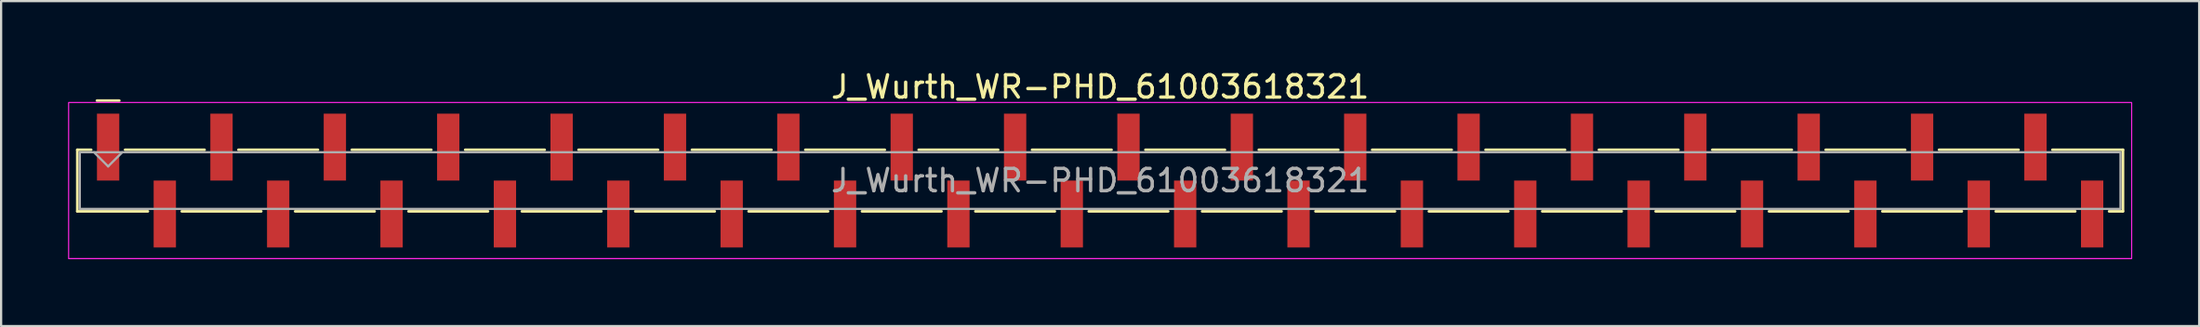
<source format=kicad_pcb>
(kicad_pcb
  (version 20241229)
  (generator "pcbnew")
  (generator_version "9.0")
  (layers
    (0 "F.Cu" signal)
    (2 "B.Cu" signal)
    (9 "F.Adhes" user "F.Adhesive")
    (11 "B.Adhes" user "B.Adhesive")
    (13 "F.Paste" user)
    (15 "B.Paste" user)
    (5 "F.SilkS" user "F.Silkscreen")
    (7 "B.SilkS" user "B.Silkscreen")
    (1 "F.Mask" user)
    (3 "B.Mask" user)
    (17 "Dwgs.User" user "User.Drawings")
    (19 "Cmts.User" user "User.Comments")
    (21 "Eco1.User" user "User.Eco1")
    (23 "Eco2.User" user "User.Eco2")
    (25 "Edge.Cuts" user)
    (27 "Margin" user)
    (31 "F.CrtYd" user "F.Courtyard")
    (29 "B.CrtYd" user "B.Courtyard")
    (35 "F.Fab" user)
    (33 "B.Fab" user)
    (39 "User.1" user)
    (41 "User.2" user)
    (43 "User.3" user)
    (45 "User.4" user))
  (footprint "J_Wurth_WR-PHD_61003618321"
    (layer "F.Cu")
    (at 46.245 5.048)
    (property "Reference" "J_Wurth_WR-PHD_61003618321" (at 0 -4.2 0) (unlocked yes) (layer "F.SilkS") (effects (font (size 1 1) (thickness 0.15))))
    (attr smd)
    (fp_line (start -45.83 -1.38) (end -45.83 1.38) (stroke (width 0.12) (type solid)) (layer "F.SilkS"))
    (fp_line (start -45.83 -1.38) (end -45.21 -1.38) (stroke (width 0.12) (type solid)) (layer "F.SilkS"))
    (fp_line (start -45.83 1.38) (end -42.67 1.38) (stroke (width 0.12) (type solid)) (layer "F.SilkS"))
    (fp_line (start -44.95 -3.585) (end -43.95 -3.585) (stroke (width 0.12) (type solid)) (layer "F.SilkS"))
    (fp_line (start -43.69 -1.38) (end -40.13 -1.38) (stroke (width 0.12) (type solid)) (layer "F.SilkS"))
    (fp_line (start -38.61 -1.38) (end -35.05 -1.38) (stroke (width 0.12) (type solid)) (layer "F.SilkS"))
    (fp_line (start -37.59 1.38) (end -41.15 1.38) (stroke (width 0.12) (type solid)) (layer "F.SilkS"))
    (fp_line (start -36.07 1.38) (end -32.51 1.38) (stroke (width 0.12) (type solid)) (layer "F.SilkS"))
    (fp_line (start -33.53 -1.38) (end -29.97 -1.38) (stroke (width 0.12) (type solid)) (layer "F.SilkS"))
    (fp_line (start -30.99 1.38) (end -27.43 1.38) (stroke (width 0.12) (type solid)) (layer "F.SilkS"))
    (fp_line (start -28.45 -1.38) (end -24.89 -1.38) (stroke (width 0.12) (type solid)) (layer "F.SilkS"))
    (fp_line (start -25.91 1.38) (end -22.35 1.38) (stroke (width 0.12) (type solid)) (layer "F.SilkS"))
    (fp_line (start -23.37 -1.38) (end -19.81 -1.38) (stroke (width 0.12) (type solid)) (layer "F.SilkS"))
    (fp_line (start -20.83 1.38) (end -17.27 1.38) (stroke (width 0.12) (type solid)) (layer "F.SilkS"))
    (fp_line (start -18.29 -1.38) (end -14.73 -1.38) (stroke (width 0.12) (type solid)) (layer "F.SilkS"))
    (fp_line (start -15.75 1.38) (end -12.19 1.38) (stroke (width 0.12) (type solid)) (layer "F.SilkS"))
    (fp_line (start -13.21 -1.38) (end -9.65 -1.38) (stroke (width 0.12) (type solid)) (layer "F.SilkS"))
    (fp_line (start -10.67 1.38) (end -7.11 1.38) (stroke (width 0.12) (type solid)) (layer "F.SilkS"))
    (fp_line (start -8.13 -1.38) (end -4.57 -1.38) (stroke (width 0.12) (type solid)) (layer "F.SilkS"))
    (fp_line (start -5.59 1.38) (end -2.03 1.38) (stroke (width 0.12) (type solid)) (layer "F.SilkS"))
    (fp_line (start -3.05 -1.38) (end 0.51 -1.38) (stroke (width 0.12) (type solid)) (layer "F.SilkS"))
    (fp_line (start -0.51 1.38) (end 3.05 1.38) (stroke (width 0.12) (type solid)) (layer "F.SilkS"))
    (fp_line (start 2.03 -1.38) (end 5.59 -1.38) (stroke (width 0.12) (type solid)) (layer "F.SilkS"))
    (fp_line (start 4.57 1.38) (end 8.13 1.38) (stroke (width 0.12) (type solid)) (layer "F.SilkS"))
    (fp_line (start 7.11 -1.38) (end 10.67 -1.38) (stroke (width 0.12) (type solid)) (layer "F.SilkS"))
    (fp_line (start 9.65 1.38) (end 13.21 1.38) (stroke (width 0.12) (type solid)) (layer "F.SilkS"))
    (fp_line (start 12.19 -1.38) (end 15.75 -1.38) (stroke (width 0.12) (type solid)) (layer "F.SilkS"))
    (fp_line (start 14.73 1.38) (end 18.29 1.38) (stroke (width 0.12) (type solid)) (layer "F.SilkS"))
    (fp_line (start 17.27 -1.38) (end 20.83 -1.38) (stroke (width 0.12) (type solid)) (layer "F.SilkS"))
    (fp_line (start 19.81 1.38) (end 23.37 1.38) (stroke (width 0.12) (type solid)) (layer "F.SilkS"))
    (fp_line (start 22.35 -1.38) (end 25.91 -1.38) (stroke (width 0.12) (type solid)) (layer "F.SilkS"))
    (fp_line (start 24.89 1.38) (end 28.45 1.38) (stroke (width 0.12) (type solid)) (layer "F.SilkS"))
    (fp_line (start 27.43 -1.38) (end 30.99 -1.38) (stroke (width 0.12) (type solid)) (layer "F.SilkS"))
    (fp_line (start 29.97 1.38) (end 33.53 1.38) (stroke (width 0.12) (type solid)) (layer "F.SilkS"))
    (fp_line (start 32.51 -1.38) (end 36.07 -1.38) (stroke (width 0.12) (type solid)) (layer "F.SilkS"))
    (fp_line (start 35.05 1.38) (end 38.61 1.38) (stroke (width 0.12) (type solid)) (layer "F.SilkS"))
    (fp_line (start 37.59 -1.38) (end 41.15 -1.38) (stroke (width 0.12) (type solid)) (layer "F.SilkS"))
    (fp_line (start 40.13 1.38) (end 43.69 1.38) (stroke (width 0.12) (type solid)) (layer "F.SilkS"))
    (fp_line (start 45.83 -1.38) (end 42.67 -1.38) (stroke (width 0.12) (type solid)) (layer "F.SilkS"))
    (fp_line (start 45.83 -1.38) (end 45.83 1.38) (stroke (width 0.12) (type solid)) (layer "F.SilkS"))
    (fp_line (start 45.83 1.38) (end 45.21 1.38) (stroke (width 0.12) (type solid)) (layer "F.SilkS"))
    (fp_rect (start -46.22 -3.5) (end 46.22 3.5) (stroke (width 0.05) (type solid)) (fill no) (layer "F.CrtYd"))
    (fp_line (start -45.085 -1.27) (end -44.45 -0.635) (stroke (width 0.1) (type default)) (layer "F.Fab"))
    (fp_line (start -44.45 -0.635) (end -43.815 -1.27) (stroke (width 0.1) (type default)) (layer "F.Fab"))
    (fp_rect (start -45.72 -1.27) (end 45.72 1.27) (stroke (width 0.1) (type solid)) (fill no) (layer "F.Fab"))
    (fp_text user "${REFERENCE}" (at 0 0 0) (unlocked yes) (layer "F.Fab") (effects (font (size 1 1) (thickness 0.15))))
    (pad "1" smd rect (at -44.45 -1.5) (size 1 3) (layers "F.Cu" "F.Mask" "F.Paste"))
    (pad "2" smd rect (at -41.91 1.5) (size 1 3) (layers "F.Cu" "F.Mask" "F.Paste"))
    (pad "3" smd rect (at -39.37 -1.5) (size 1 3) (layers "F.Cu" "F.Mask" "F.Paste"))
    (pad "4" smd rect (at -36.83 1.5) (size 1 3) (layers "F.Cu" "F.Mask" "F.Paste"))
    (pad "5" smd rect (at -34.29 -1.5) (size 1 3) (layers "F.Cu" "F.Mask" "F.Paste"))
    (pad "6" smd rect (at -31.75 1.5) (size 1 3) (layers "F.Cu" "F.Mask" "F.Paste"))
    (pad "7" smd rect (at -29.21 -1.5) (size 1 3) (layers "F.Cu" "F.Mask" "F.Paste"))
    (pad "8" smd rect (at -26.67 1.5) (size 1 3) (layers "F.Cu" "F.Mask" "F.Paste"))
    (pad "9" smd rect (at -24.13 -1.5) (size 1 3) (layers "F.Cu" "F.Mask" "F.Paste"))
    (pad "10" smd rect (at -21.59 1.5) (size 1 3) (layers "F.Cu" "F.Mask" "F.Paste"))
    (pad "11" smd rect (at -19.05 -1.5) (size 1 3) (layers "F.Cu" "F.Mask" "F.Paste"))
    (pad "12" smd rect (at -16.51 1.5) (size 1 3) (layers "F.Cu" "F.Mask" "F.Paste"))
    (pad "13" smd rect (at -13.97 -1.5) (size 1 3) (layers "F.Cu" "F.Mask" "F.Paste"))
    (pad "14" smd rect (at -11.43 1.5) (size 1 3) (layers "F.Cu" "F.Mask" "F.Paste"))
    (pad "15" smd rect (at -8.89 -1.5) (size 1 3) (layers "F.Cu" "F.Mask" "F.Paste"))
    (pad "16" smd rect (at -6.35 1.5) (size 1 3) (layers "F.Cu" "F.Mask" "F.Paste"))
    (pad "17" smd rect (at -3.81 -1.5) (size 1 3) (layers "F.Cu" "F.Mask" "F.Paste"))
    (pad "18" smd rect (at -1.27 1.5) (size 1 3) (layers "F.Cu" "F.Mask" "F.Paste"))
    (pad "19" smd rect (at 1.27 -1.5) (size 1 3) (layers "F.Cu" "F.Mask" "F.Paste"))
    (pad "20" smd rect (at 3.81 1.5) (size 1 3) (layers "F.Cu" "F.Mask" "F.Paste"))
    (pad "21" smd rect (at 6.35 -1.5) (size 1 3) (layers "F.Cu" "F.Mask" "F.Paste"))
    (pad "22" smd rect (at 8.89 1.5) (size 1 3) (layers "F.Cu" "F.Mask" "F.Paste"))
    (pad "23" smd rect (at 11.43 -1.5) (size 1 3) (layers "F.Cu" "F.Mask" "F.Paste"))
    (pad "24" smd rect (at 13.97 1.5) (size 1 3) (layers "F.Cu" "F.Mask" "F.Paste"))
    (pad "25" smd rect (at 16.51 -1.5) (size 1 3) (layers "F.Cu" "F.Mask" "F.Paste"))
    (pad "26" smd rect (at 19.05 1.5) (size 1 3) (layers "F.Cu" "F.Mask" "F.Paste"))
    (pad "27" smd rect (at 21.59 -1.5) (size 1 3) (layers "F.Cu" "F.Mask" "F.Paste"))
    (pad "28" smd rect (at 24.13 1.5) (size 1 3) (layers "F.Cu" "F.Mask" "F.Paste"))
    (pad "29" smd rect (at 26.67 -1.5) (size 1 3) (layers "F.Cu" "F.Mask" "F.Paste"))
    (pad "30" smd rect (at 29.21 1.5) (size 1 3) (layers "F.Cu" "F.Mask" "F.Paste"))
    (pad "31" smd rect (at 31.75 -1.5) (size 1 3) (layers "F.Cu" "F.Mask" "F.Paste"))
    (pad "32" smd rect (at 34.29 1.5) (size 1 3) (layers "F.Cu" "F.Mask" "F.Paste"))
    (pad "33" smd rect (at 36.83 -1.5) (size 1 3) (layers "F.Cu" "F.Mask" "F.Paste"))
    (pad "34" smd rect (at 39.37 1.5) (size 1 3) (layers "F.Cu" "F.Mask" "F.Paste"))
    (pad "35" smd rect (at 41.91 -1.5) (size 1 3) (layers "F.Cu" "F.Mask" "F.Paste"))
    (pad "36" smd rect (at 44.45 1.5) (size 1 3) (layers "F.Cu" "F.Mask" "F.Paste")))
  (gr_rect
    (start -3 -3)
    (end 95.49 11.573)
    (stroke (width 0.1) (type default))
    (fill no)
    (layer "Edge.Cuts")))
</source>
